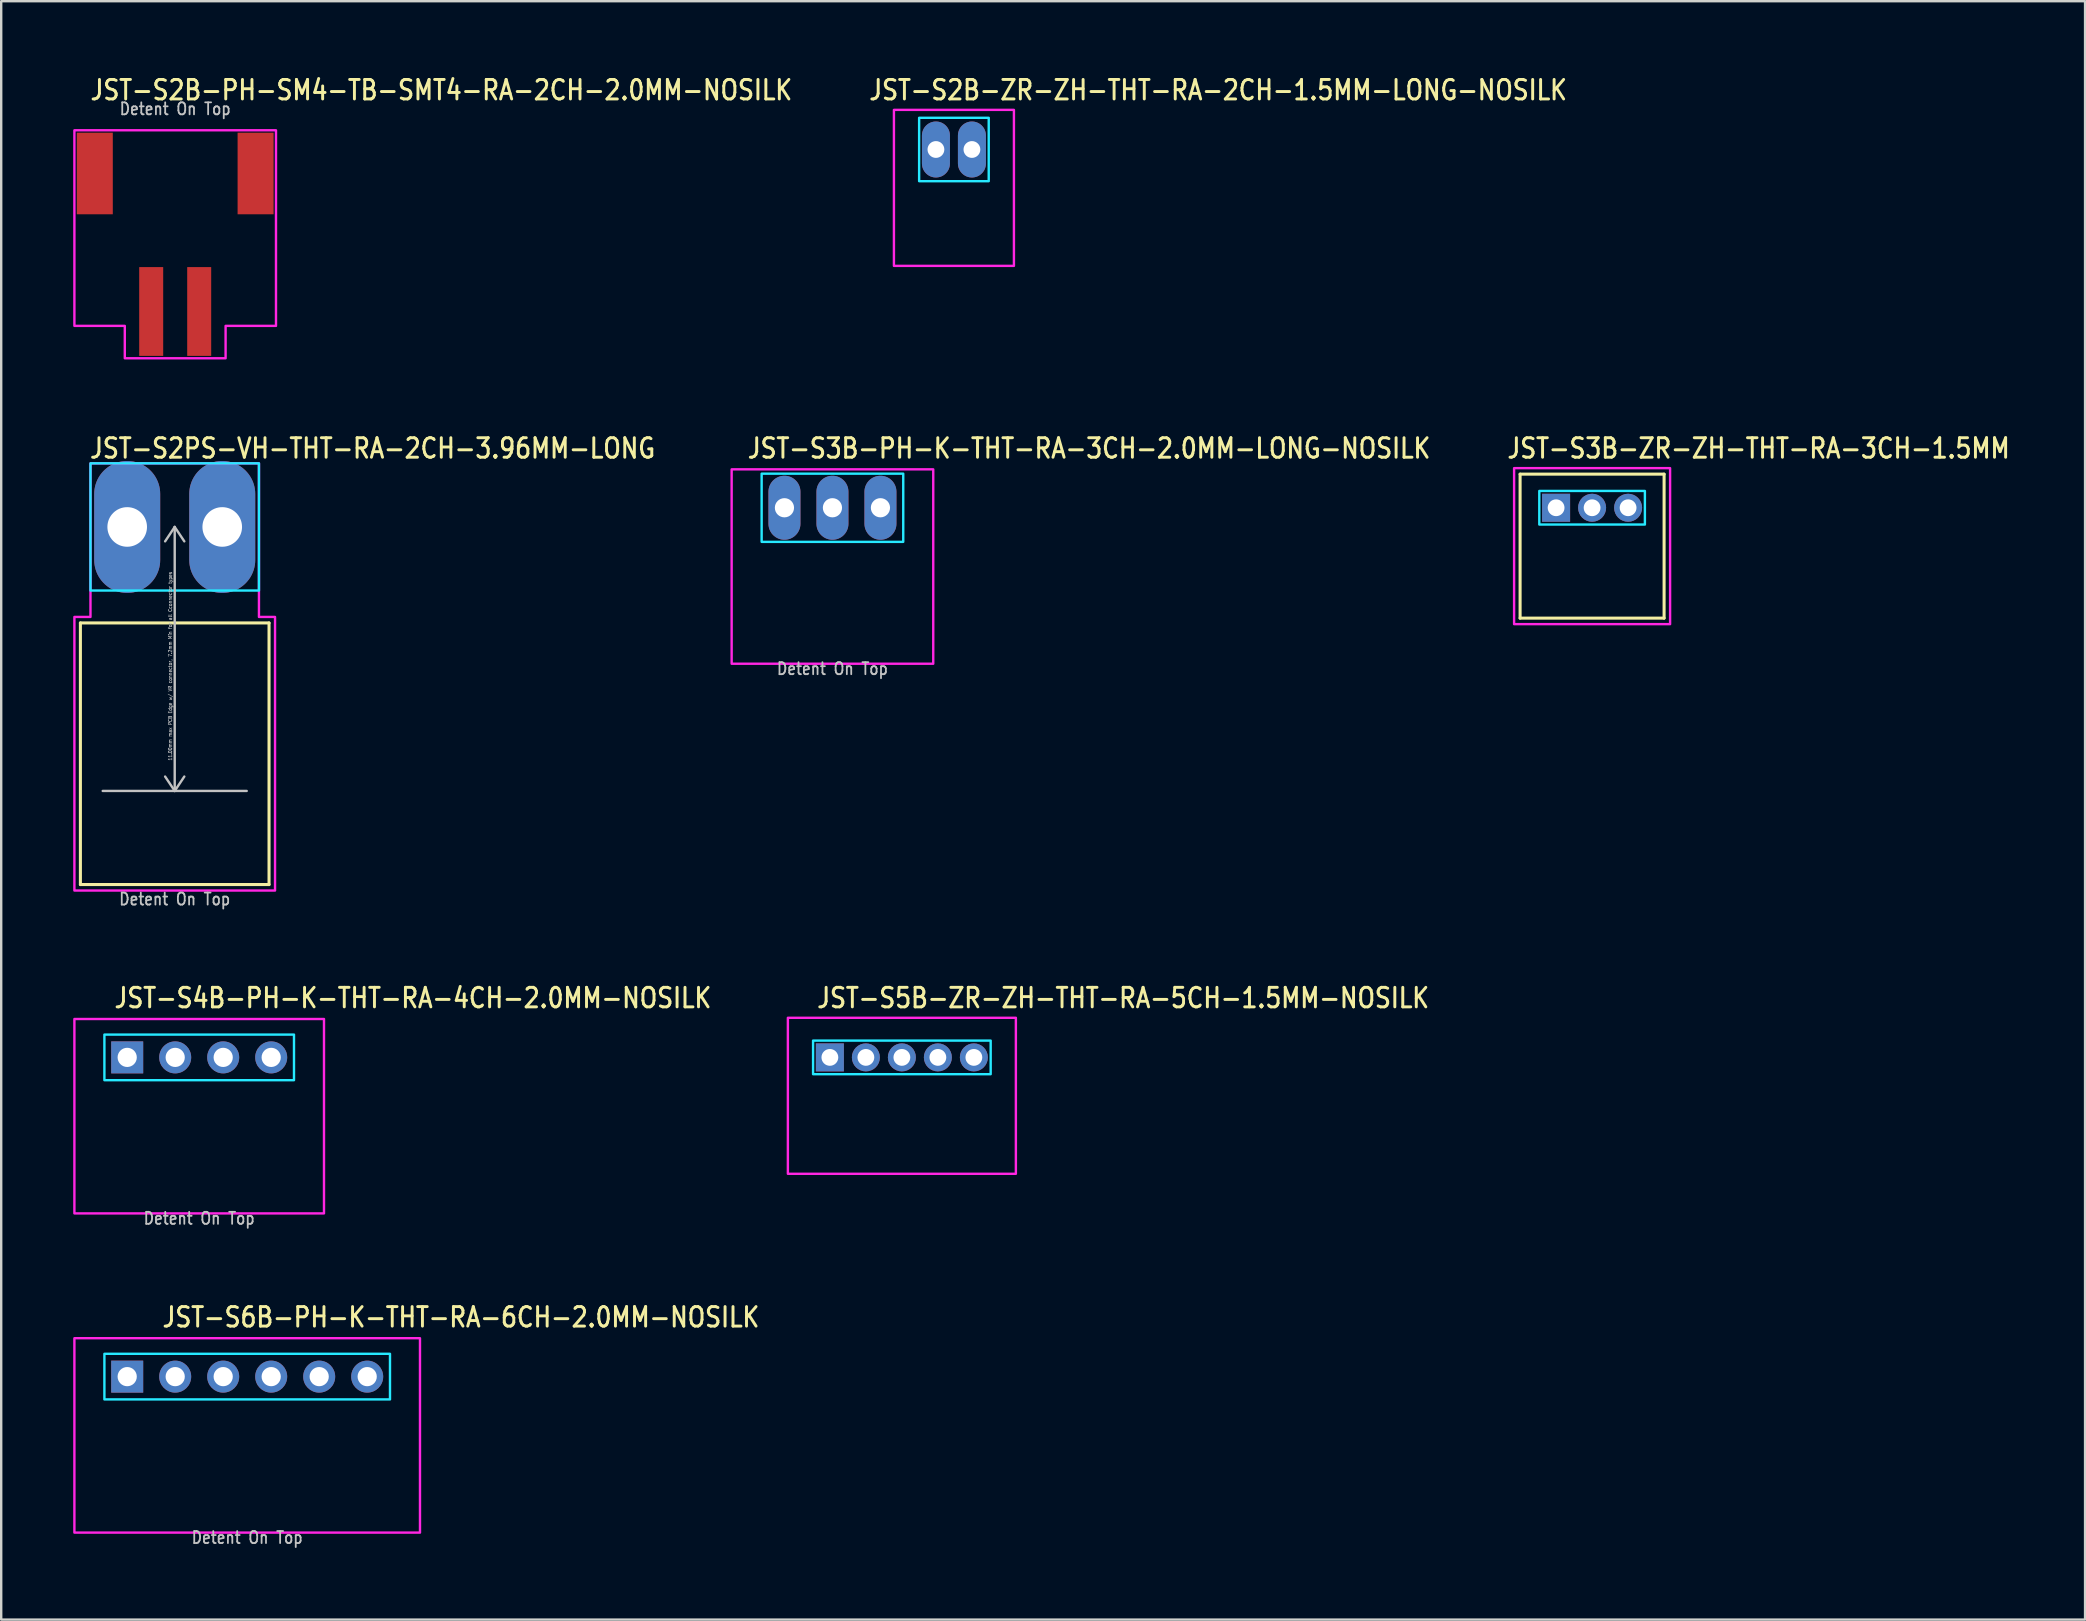
<source format=kicad_pcb>
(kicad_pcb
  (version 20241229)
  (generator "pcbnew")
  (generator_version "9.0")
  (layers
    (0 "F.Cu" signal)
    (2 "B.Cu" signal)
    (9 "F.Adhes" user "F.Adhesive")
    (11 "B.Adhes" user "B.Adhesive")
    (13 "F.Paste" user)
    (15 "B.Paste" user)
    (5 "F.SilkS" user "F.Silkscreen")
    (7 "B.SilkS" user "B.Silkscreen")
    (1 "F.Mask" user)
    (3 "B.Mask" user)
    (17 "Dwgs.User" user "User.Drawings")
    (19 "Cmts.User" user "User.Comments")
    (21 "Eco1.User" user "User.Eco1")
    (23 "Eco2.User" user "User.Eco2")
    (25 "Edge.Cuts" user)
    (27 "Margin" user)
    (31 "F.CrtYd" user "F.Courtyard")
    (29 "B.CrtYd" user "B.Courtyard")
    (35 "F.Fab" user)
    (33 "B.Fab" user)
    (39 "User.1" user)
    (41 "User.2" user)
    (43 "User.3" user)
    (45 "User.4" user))
  (footprint "JST-S3B-PH-K-THT-RA-3CH-2.0MM-LONG-NOSILK"
    (layer "F.Cu")
    (at 31.636 18.107)
    (property "Reference" "JST-S3B-PH-K-THT-RA-3CH-2.0MM-LONG-NOSILK" (at -3.6 -2 0) (unlocked yes) (layer "F.SilkS") (effects (font (size 0.813 0.695) (thickness 0.122)) (justify left bottom)))
    (fp_poly (pts (xy -2.95 -1.42) (xy -2.95 1.42) (xy 2.95 1.42) (xy 2.95 -1.42)) (stroke (width 0.1) (type solid)) (fill no) (layer "B.CrtYd"))
    (fp_poly (pts (xy -4.2 -1.6) (xy -4.2 6.5) (xy 4.2 6.5) (xy 4.2 -1.6)) (stroke (width 0.1) (type solid)) (fill no) (layer "F.CrtYd"))
    (fp_text user "Detent On Top" (at 0 7 0) (unlocked yes) (layer "Dwgs.User") (effects (font (size 0.5 0.427) (thickness 0.075)) (justify bottom)))
    (pad "P$1" thru_hole oval (at -2 0 90) (size 2.667 1.333) (drill 0.8) (layers "*.Cu" "*.Mask"))
    (pad "P$2" thru_hole oval (at 0 0 90) (size 2.667 1.333) (drill 0.8) (layers "*.Cu" "*.Mask"))
    (pad "P$3" thru_hole oval (at 2 0 90) (size 2.667 1.333) (drill 0.8) (layers "*.Cu" "*.Mask")))
  (footprint "JST-S2PS-VH-THT-RA-2CH-3.96MM-LONG"
    (layer "F.Cu")
    (at 4.23 18.907)
    (property "Reference" "JST-S2PS-VH-THT-RA-2CH-3.96MM-LONG" (at -3.6 -2.8 0) (unlocked yes) (layer "F.SilkS") (effects (font (size 0.813 0.695) (thickness 0.122)) (justify left bottom)))
    (fp_line (start -3.93 4) (end 3.93 4) (stroke (width 0.127) (type solid)) (layer "F.SilkS"))
    (fp_line (start -3.93 14.9) (end -3.93 4) (stroke (width 0.127) (type solid)) (layer "F.SilkS"))
    (fp_line (start -3.93 14.9) (end 3.93 14.9) (stroke (width 0.127) (type solid)) (layer "F.SilkS"))
    (fp_line (start 3.93 4) (end 3.93 14.9) (stroke (width 0.127) (type solid)) (layer "F.SilkS"))
    (fp_line (start -3 11) (end 3 11) (stroke (width 0.1) (type solid)) (layer "Dwgs.User"))
    (fp_line (start 0 0) (end -0.4 0.6) (stroke (width 0.1) (type solid)) (layer "Dwgs.User"))
    (fp_line (start 0 0) (end 0 11) (stroke (width 0.1) (type solid)) (layer "Dwgs.User"))
    (fp_line (start 0 0) (end 0.4 0.6) (stroke (width 0.1) (type solid)) (layer "Dwgs.User"))
    (fp_line (start 0 11) (end -0.4 10.4) (stroke (width 0.1) (type solid)) (layer "Dwgs.User"))
    (fp_line (start 0 11) (end 0.4 10.4) (stroke (width 0.1) (type solid)) (layer "Dwgs.User"))
    (fp_poly (pts (xy -3.51 -2.65) (xy -3.51 2.65) (xy 3.51 2.65) (xy 3.51 -2.65)) (stroke (width 0.1) (type solid)) (fill no) (layer "B.CrtYd"))
    (fp_poly (pts (xy -4.18 3.75) (xy -4.18 15.15) (xy 4.18 15.15) (xy 4.18 3.75) (xy 3.51 3.75) (xy 3.51 -2.65) (xy -3.51 -2.65) (xy -3.51 3.75)) (stroke (width 0.1) (type solid)) (fill no) (layer "F.CrtYd"))
    (fp_text user "Detent On Top" (at 0 15.8 0) (unlocked yes) (layer "Dwgs.User") (effects (font (size 0.5 0.427) (thickness 0.075)) (justify bottom)))
    (fp_text user "11.00mm max PCB Edge w/ VR connector, 7.2mm Min for all Cconnector types" (at -0.1 5.8 90) (unlocked yes) (layer "Dwgs.User") (effects (font (size 0.15 0.128) (thickness 0.022)) (justify bottom)))
    (pad "P$1" thru_hole oval (at -1.98 0 90) (size 5.5 2.75) (drill 1.65) (layers "*.Cu" "*.Mask"))
    (pad "P$2" thru_hole oval (at 1.98 0 90) (size 5.5 2.75) (drill 1.65) (layers "*.Cu" "*.Mask")))
  (footprint "JST-S5B-ZR-ZH-THT-RA-5CH-1.5MM-NOSILK"
    (layer "F.Cu")
    (at 34.529 41.009)
    (property "Reference" "JST-S5B-ZR-ZH-THT-RA-5CH-1.5MM-NOSILK" (at -3.6 -2 0) (unlocked yes) (layer "F.SilkS") (effects (font (size 0.813 0.695) (thickness 0.122)) (justify left bottom)))
    (fp_poly (pts (xy -3.7 -0.7) (xy -3.7 0.7) (xy 3.7 0.7) (xy 3.7 -0.7)) (stroke (width 0.1) (type solid)) (fill no) (layer "B.CrtYd"))
    (fp_poly (pts (xy -4.75 -1.65) (xy -4.75 4.85) (xy 4.75 4.85) (xy 4.75 -1.65)) (stroke (width 0.1) (type solid)) (fill no) (layer "F.CrtYd"))
    (pad "P$1" thru_hole rect (at -3 0) (size 1.167 1.167) (drill 0.7) (layers "*.Cu" "*.Mask"))
    (pad "P$2" thru_hole oval (at -1.5 0) (size 1.167 1.167) (drill 0.7) (layers "*.Cu" "*.Mask"))
    (pad "P$3" thru_hole oval (at 0 0) (size 1.167 1.167) (drill 0.7) (layers "*.Cu" "*.Mask"))
    (pad "P$4" thru_hole oval (at 1.5 0) (size 1.167 1.167) (drill 0.7) (layers "*.Cu" "*.Mask"))
    (pad "P$5" thru_hole oval (at 3 0) (size 1.167 1.167) (drill 0.7) (layers "*.Cu" "*.Mask")))
  (footprint "JST-S2B-PH-SM4-TB-SMT4-RA-2CH-2.0MM-NOSILK"
    (layer "F.Cu")
    (at 4.25 4.179)
    (property "Reference" "JST-S2B-PH-SM4-TB-SMT4-RA-2CH-2.0MM-NOSILK" (at -3.6 -3 0) (unlocked yes) (layer "F.SilkS") (effects (font (size 0.813 0.695) (thickness 0.122)) (justify left bottom)))
    (fp_poly (pts (xy -4.2 -1.8) (xy -4.2 6.35) (xy -2.1 6.35) (xy -2.1 7.7) (xy 2.1 7.7) (xy 2.1 6.35) (xy 4.2 6.35) (xy 4.2 -1.8)) (stroke (width 0.1) (type solid)) (fill no) (layer "F.CrtYd"))
    (fp_text user "Detent On Top" (at 0 -2.4 0) (unlocked yes) (layer "Dwgs.User") (effects (font (size 0.5 0.427) (thickness 0.075)) (justify bottom)))
    (pad "P$1" smd rect (at 1 5.75) (size 1 3.7) (layers "F.Cu" "F.Mask" "F.Paste"))
    (pad "P$2" smd rect (at -1 5.75) (size 1 3.7) (layers "F.Cu" "F.Mask" "F.Paste"))
    (pad "S$1" smd rect (at -3.35 0) (size 1.5 3.4) (layers "F.Cu" "F.Mask" "F.Paste"))
    (pad "S$2" smd rect (at 3.35 0) (size 1.5 3.4) (layers "F.Cu" "F.Mask" "F.Paste")))
  (footprint "JST-S4B-PH-K-THT-RA-4CH-2.0MM-NOSILK"
    (layer "F.Cu")
    (at 5.25 41.009)
    (property "Reference" "JST-S4B-PH-K-THT-RA-4CH-2.0MM-NOSILK" (at -3.6 -2 0) (unlocked yes) (layer "F.SilkS") (effects (font (size 0.813 0.695) (thickness 0.122)) (justify left bottom)))
    (fp_poly (pts (xy -3.95 -0.95) (xy -3.95 0.95) (xy 3.95 0.95) (xy 3.95 -0.95)) (stroke (width 0.1) (type solid)) (fill no) (layer "B.CrtYd"))
    (fp_poly (pts (xy -5.2 -1.6) (xy -5.2 6.5) (xy 5.2 6.5) (xy 5.2 -1.6)) (stroke (width 0.1) (type solid)) (fill no) (layer "F.CrtYd"))
    (fp_text user "Detent On Top" (at 0 7 0) (unlocked yes) (layer "Dwgs.User") (effects (font (size 0.5 0.427) (thickness 0.075)) (justify bottom)))
    (pad "P$1" thru_hole rect (at -3 0) (size 1.333 1.333) (drill 0.8) (layers "*.Cu" "*.Mask"))
    (pad "P$2" thru_hole oval (at -1 0) (size 1.333 1.333) (drill 0.8) (layers "*.Cu" "*.Mask"))
    (pad "P$3" thru_hole oval (at 1 0) (size 1.333 1.333) (drill 0.8) (layers "*.Cu" "*.Mask"))
    (pad "P$4" thru_hole oval (at 3 0) (size 1.333 1.333) (drill 0.8) (layers "*.Cu" "*.Mask")))
  (footprint "JST-S3B-ZR-ZH-THT-RA-3CH-1.5MM"
    (layer "F.Cu")
    (at 63.289 18.107)
    (property "Reference" "JST-S3B-ZR-ZH-THT-RA-3CH-1.5MM" (at -3.6 -2 0) (unlocked yes) (layer "F.SilkS") (effects (font (size 0.813 0.695) (thickness 0.122)) (justify left bottom)))
    (fp_line (start -3 -1.4) (end 3 -1.4) (stroke (width 0.127) (type solid)) (layer "F.SilkS"))
    (fp_line (start -3 4.6) (end -3 -1.4) (stroke (width 0.127) (type solid)) (layer "F.SilkS"))
    (fp_line (start -3 4.6) (end 3 4.6) (stroke (width 0.127) (type solid)) (layer "F.SilkS"))
    (fp_line (start 3 -1.4) (end 3 4.6) (stroke (width 0.127) (type solid)) (layer "F.SilkS"))
    (fp_poly (pts (xy -2.2 -0.7) (xy -2.2 0.7) (xy 2.2 0.7) (xy 2.2 -0.7)) (stroke (width 0.1) (type solid)) (fill no) (layer "B.CrtYd"))
    (fp_poly (pts (xy -3.25 -1.65) (xy -3.25 4.85) (xy 3.25 4.85) (xy 3.25 -1.65)) (stroke (width 0.1) (type solid)) (fill no) (layer "F.CrtYd"))
    (pad "P$1" thru_hole rect (at -1.5 0) (size 1.167 1.167) (drill 0.7) (layers "*.Cu" "*.Mask"))
    (pad "P$2" thru_hole oval (at 0 0) (size 1.167 1.167) (drill 0.7) (layers "*.Cu" "*.Mask"))
    (pad "P$3" thru_hole oval (at 1.5 0) (size 1.167 1.167) (drill 0.7) (layers "*.Cu" "*.Mask")))
  (footprint "JST-S2B-ZR-ZH-THT-RA-2CH-1.5MM-LONG-NOSILK"
    (layer "F.Cu")
    (at 36.698 3.179)
    (property "Reference" "JST-S2B-ZR-ZH-THT-RA-2CH-1.5MM-LONG-NOSILK" (at -3.6 -2 0) (unlocked yes) (layer "F.SilkS") (effects (font (size 0.813 0.695) (thickness 0.122)) (justify left bottom)))
    (fp_poly (pts (xy -1.45 -1.32) (xy -1.45 1.32) (xy 1.45 1.32) (xy 1.45 -1.32)) (stroke (width 0.1) (type solid)) (fill no) (layer "B.CrtYd"))
    (fp_poly (pts (xy -2.5 -1.65) (xy -2.5 4.85) (xy 2.5 4.85) (xy 2.5 -1.65)) (stroke (width 0.1) (type solid)) (fill no) (layer "F.CrtYd"))
    (pad "P$1" thru_hole oval (at -0.75 0 90) (size 2.333 1.167) (drill 0.7) (layers "*.Cu" "*.Mask"))
    (pad "P$2" thru_hole oval (at 0.75 0 90) (size 2.333 1.167) (drill 0.7) (layers "*.Cu" "*.Mask")))
  (footprint "JST-S6B-PH-K-THT-RA-6CH-2.0MM-NOSILK"
    (layer "F.Cu")
    (at 7.25 54.311)
    (property "Reference" "JST-S6B-PH-K-THT-RA-6CH-2.0MM-NOSILK" (at -3.6 -2 0) (unlocked yes) (layer "F.SilkS") (effects (font (size 0.813 0.695) (thickness 0.122)) (justify left bottom)))
    (fp_poly (pts (xy -5.95 -0.95) (xy -5.95 0.95) (xy 5.95 0.95) (xy 5.95 -0.95)) (stroke (width 0.1) (type solid)) (fill no) (layer "B.CrtYd"))
    (fp_poly (pts (xy -7.2 -1.6) (xy -7.2 6.5) (xy 7.2 6.5) (xy 7.2 -1.6)) (stroke (width 0.1) (type solid)) (fill no) (layer "F.CrtYd"))
    (fp_text user "Detent On Top" (at 0 7 0) (unlocked yes) (layer "Dwgs.User") (effects (font (size 0.5 0.427) (thickness 0.075)) (justify bottom)))
    (pad "P$1" thru_hole rect (at -5 0) (size 1.333 1.333) (drill 0.8) (layers "*.Cu" "*.Mask"))
    (pad "P$2" thru_hole oval (at -3 0) (size 1.333 1.333) (drill 0.8) (layers "*.Cu" "*.Mask"))
    (pad "P$3" thru_hole oval (at -1 0) (size 1.333 1.333) (drill 0.8) (layers "*.Cu" "*.Mask"))
    (pad "P$4" thru_hole oval (at 1 0) (size 1.333 1.333) (drill 0.8) (layers "*.Cu" "*.Mask"))
    (pad "P$5" thru_hole oval (at 3 0) (size 1.333 1.333) (drill 0.8) (layers "*.Cu" "*.Mask"))
    (pad "P$6" thru_hole oval (at 5 0) (size 1.333 1.333) (drill 0.8) (layers "*.Cu" "*.Mask")))
  (gr_rect
    (start -3 -3)
    (end 83.83 64.434)
    (stroke (width 0.1) (type default))
    (fill no)
    (layer "Edge.Cuts")))
</source>
